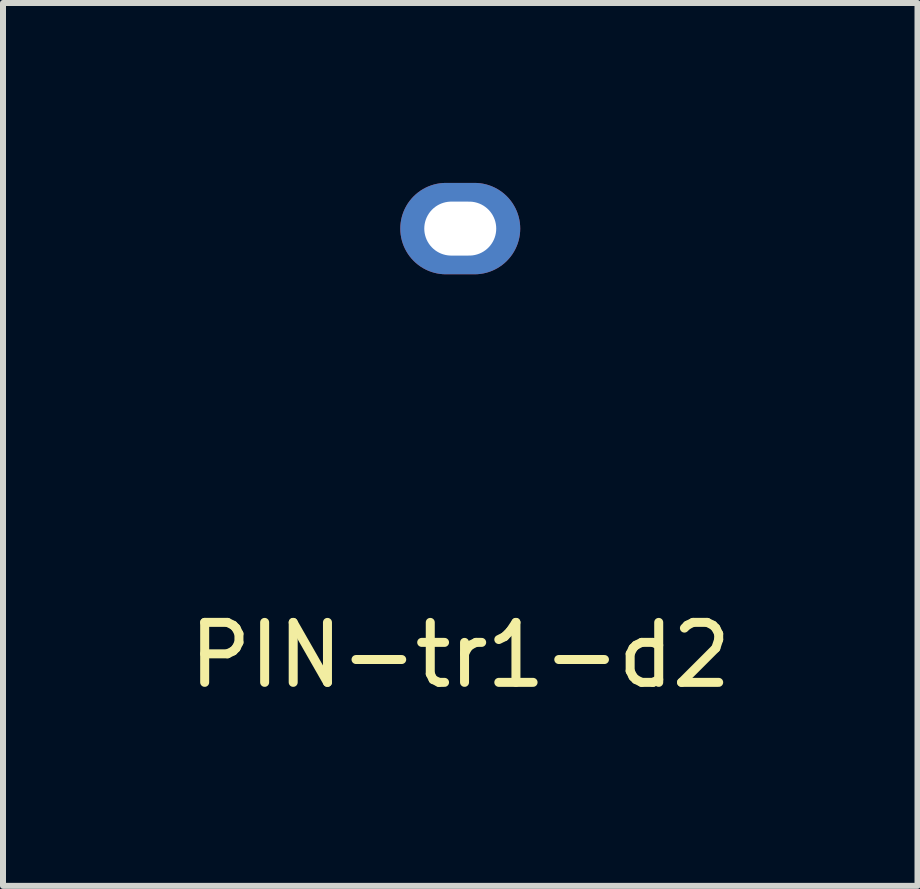
<source format=kicad_pcb>
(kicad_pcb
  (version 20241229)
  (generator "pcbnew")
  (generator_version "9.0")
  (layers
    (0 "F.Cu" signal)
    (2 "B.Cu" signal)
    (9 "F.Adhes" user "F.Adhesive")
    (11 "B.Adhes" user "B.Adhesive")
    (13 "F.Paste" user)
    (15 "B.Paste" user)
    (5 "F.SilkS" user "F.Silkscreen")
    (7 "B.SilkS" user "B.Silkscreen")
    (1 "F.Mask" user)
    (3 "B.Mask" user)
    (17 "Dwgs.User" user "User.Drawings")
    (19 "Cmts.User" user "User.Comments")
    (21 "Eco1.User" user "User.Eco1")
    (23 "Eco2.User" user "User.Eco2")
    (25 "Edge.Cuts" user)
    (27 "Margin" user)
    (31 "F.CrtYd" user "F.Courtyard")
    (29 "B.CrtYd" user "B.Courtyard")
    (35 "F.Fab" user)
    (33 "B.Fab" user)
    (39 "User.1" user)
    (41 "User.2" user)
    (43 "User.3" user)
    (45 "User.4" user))
  (footprint "PIN-tr1-d2"
    (layer "F.Cu")
    (at 4.625 0.762)
    (property "Reference" "PIN-tr1-d2" (at 0 7.112 0) (layer "F.SilkS") (effects (font (size 1 1) (thickness 0.15))))
    (attr through_hole)
    (pad "1" thru_hole oval (at 0 0) (size 2 1.524) (drill oval 1.2 0.9) (layers "*.Cu" "*.Mask")))
  (gr_rect
    (start -3 -3)
    (end 12.25 11.722)
    (stroke (width 0.1) (type default))
    (fill no)
    (layer "Edge.Cuts")))
</source>
